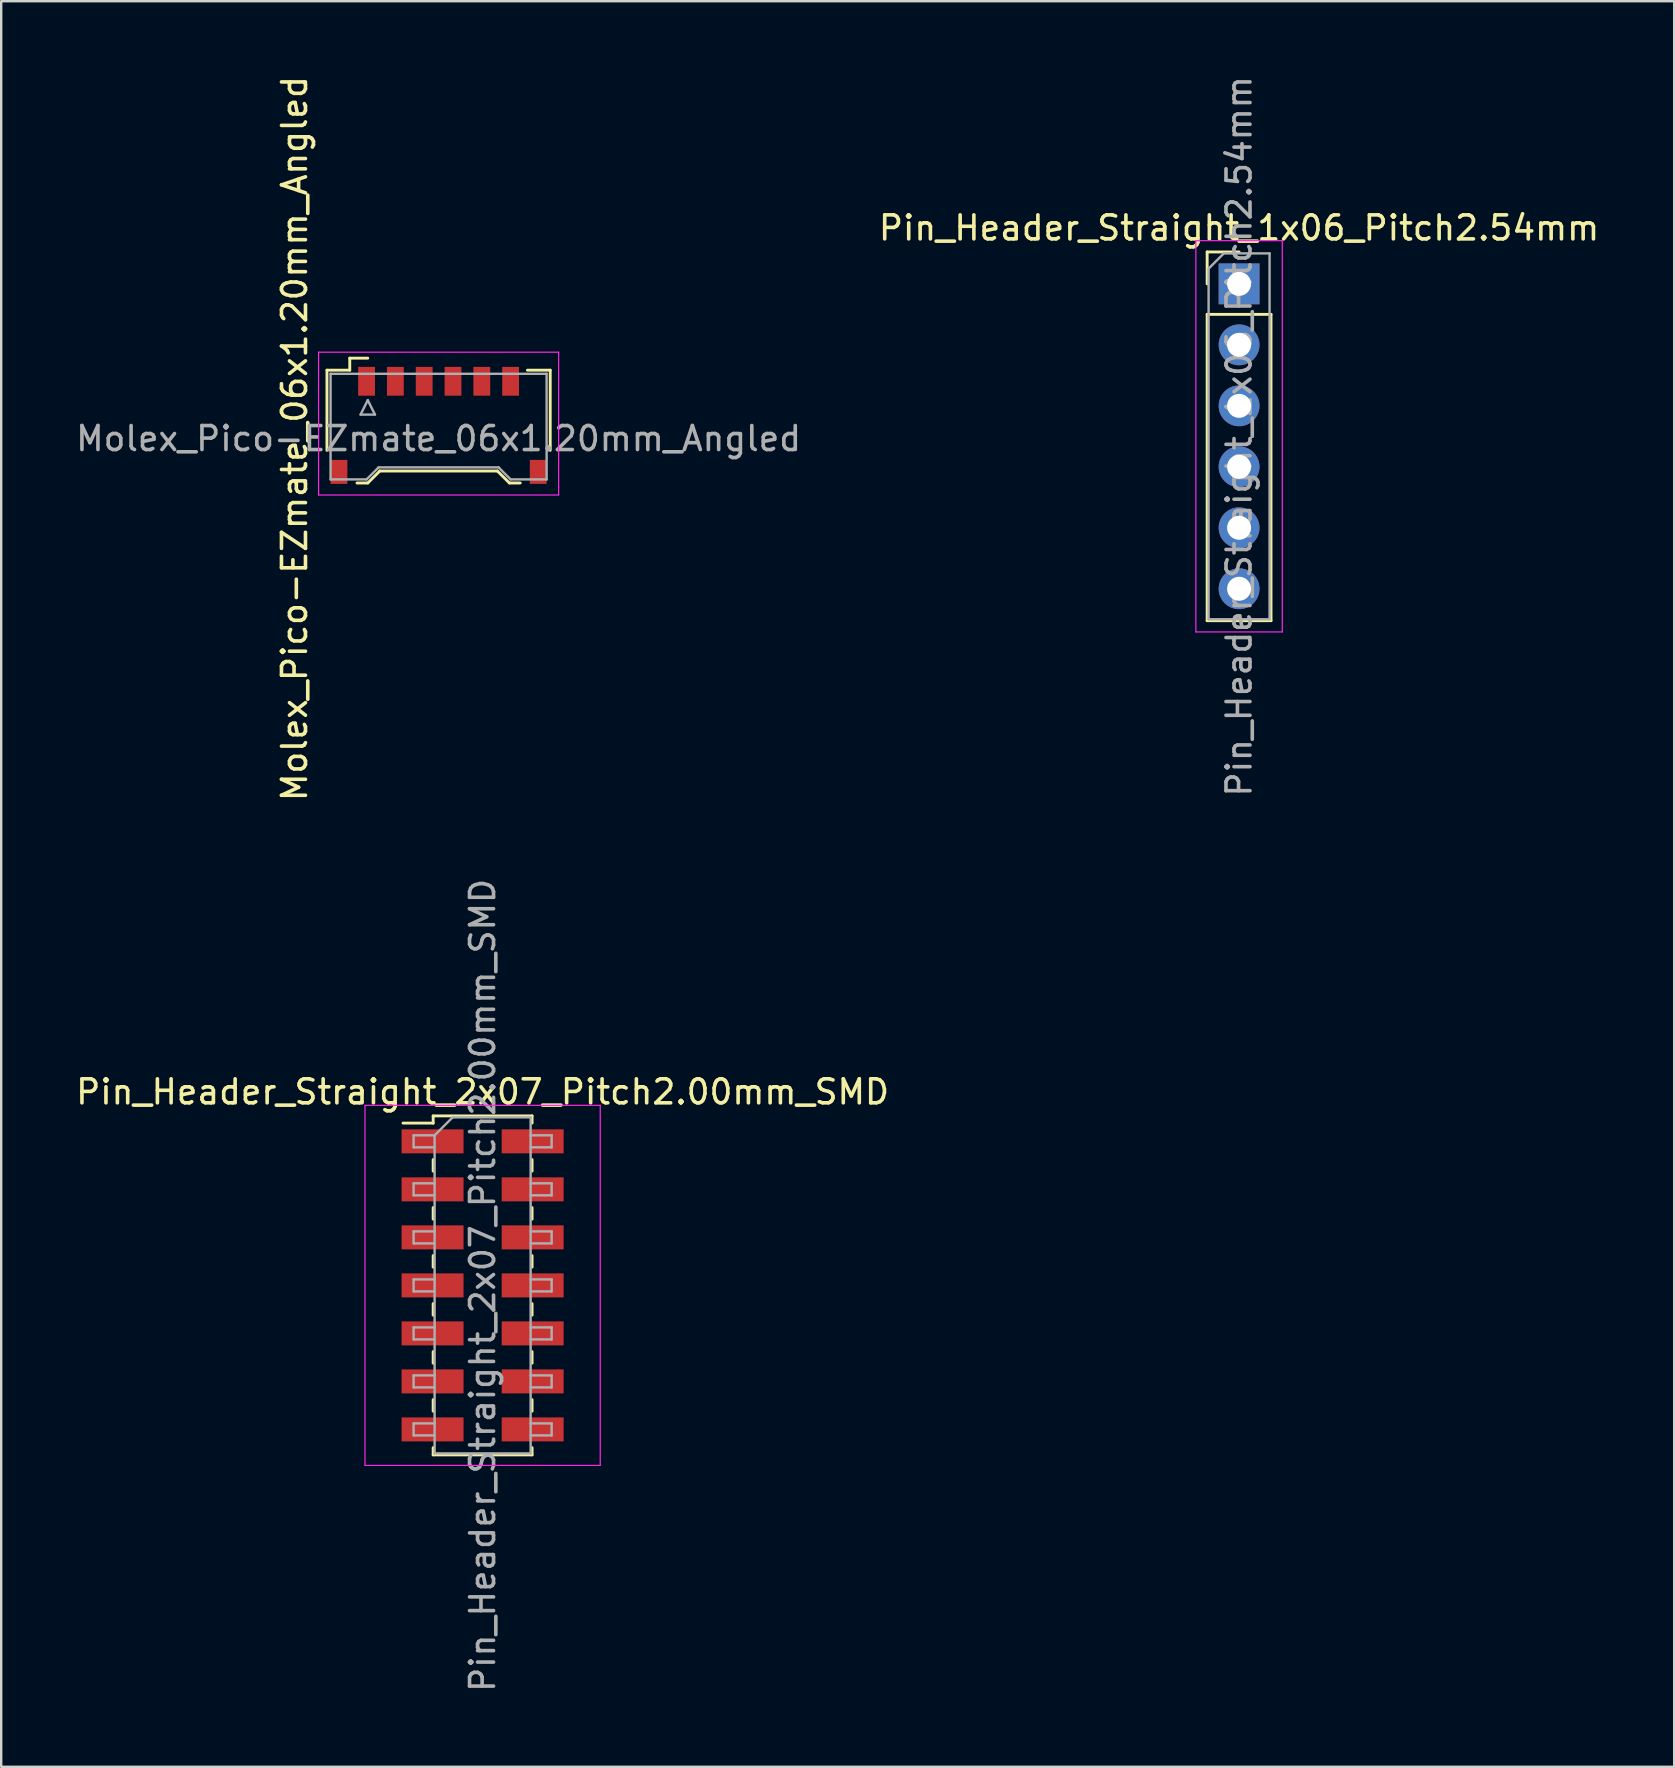
<source format=kicad_pcb>
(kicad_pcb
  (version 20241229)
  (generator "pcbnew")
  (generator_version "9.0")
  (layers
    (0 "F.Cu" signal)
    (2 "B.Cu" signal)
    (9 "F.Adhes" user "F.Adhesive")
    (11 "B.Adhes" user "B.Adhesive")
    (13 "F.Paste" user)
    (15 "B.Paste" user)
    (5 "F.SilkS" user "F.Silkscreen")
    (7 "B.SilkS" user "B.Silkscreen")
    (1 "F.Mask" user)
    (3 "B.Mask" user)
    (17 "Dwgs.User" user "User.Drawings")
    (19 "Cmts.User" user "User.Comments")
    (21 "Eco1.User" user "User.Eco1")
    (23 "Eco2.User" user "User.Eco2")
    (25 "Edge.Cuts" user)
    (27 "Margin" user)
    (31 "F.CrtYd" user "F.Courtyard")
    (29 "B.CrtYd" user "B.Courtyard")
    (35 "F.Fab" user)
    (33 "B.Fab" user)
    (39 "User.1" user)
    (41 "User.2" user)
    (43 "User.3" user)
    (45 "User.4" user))
  (footprint "Pin_Header_Straight_1x06_Pitch2.54mm"
    (layer "F.Cu")
    (at 48.565 8.775)
    (property "Reference" "Pin_Header_Straight_1x06_Pitch2.54mm" (at 0 -2.33 0) (layer "F.SilkS") (effects (font (size 1 1) (thickness 0.15))))
    (attr through_hole)
    (fp_line (start -1.33 -1.33) (end 0 -1.33) (stroke (width 0.12) (type solid)) (layer "F.SilkS"))
    (fp_line (start -1.33 0) (end -1.33 -1.33) (stroke (width 0.12) (type solid)) (layer "F.SilkS"))
    (fp_line (start -1.33 1.27) (end -1.33 14.03) (stroke (width 0.12) (type solid)) (layer "F.SilkS"))
    (fp_line (start -1.33 1.27) (end 1.33 1.27) (stroke (width 0.12) (type solid)) (layer "F.SilkS"))
    (fp_line (start -1.33 14.03) (end 1.33 14.03) (stroke (width 0.12) (type solid)) (layer "F.SilkS"))
    (fp_line (start 1.33 1.27) (end 1.33 14.03) (stroke (width 0.12) (type solid)) (layer "F.SilkS"))
    (fp_line (start -1.8 -1.8) (end -1.8 14.5) (stroke (width 0.05) (type solid)) (layer "F.CrtYd"))
    (fp_line (start -1.8 14.5) (end 1.8 14.5) (stroke (width 0.05) (type solid)) (layer "F.CrtYd"))
    (fp_line (start 1.8 -1.8) (end -1.8 -1.8) (stroke (width 0.05) (type solid)) (layer "F.CrtYd"))
    (fp_line (start 1.8 14.5) (end 1.8 -1.8) (stroke (width 0.05) (type solid)) (layer "F.CrtYd"))
    (fp_line (start -1.27 -0.635) (end -0.635 -1.27) (stroke (width 0.1) (type solid)) (layer "F.Fab"))
    (fp_line (start -1.27 13.97) (end -1.27 -0.635) (stroke (width 0.1) (type solid)) (layer "F.Fab"))
    (fp_line (start -0.635 -1.27) (end 1.27 -1.27) (stroke (width 0.1) (type solid)) (layer "F.Fab"))
    (fp_line (start 1.27 -1.27) (end 1.27 13.97) (stroke (width 0.1) (type solid)) (layer "F.Fab"))
    (fp_line (start 1.27 13.97) (end -1.27 13.97) (stroke (width 0.1) (type solid)) (layer "F.Fab"))
    (fp_text user "${REFERENCE}" (at 0 6.35 90) (layer "F.Fab") (effects (font (size 1 1) (thickness 0.15))))
    (pad "1" thru_hole rect (at 0 0) (size 1.7 1.7) (drill 1) (layers "*.Cu" "*.Mask"))
    (pad "2" thru_hole oval (at 0 2.54) (size 1.7 1.7) (drill 1) (layers "*.Cu" "*.Mask"))
    (pad "3" thru_hole oval (at 0 5.08) (size 1.7 1.7) (drill 1) (layers "*.Cu" "*.Mask"))
    (pad "4" thru_hole oval (at 0 7.62) (size 1.7 1.7) (drill 1) (layers "*.Cu" "*.Mask"))
    (pad "5" thru_hole oval (at 0 10.16) (size 1.7 1.7) (drill 1) (layers "*.Cu" "*.Mask"))
    (pad "6" thru_hole oval (at 0 12.7) (size 1.7 1.7) (drill 1) (layers "*.Cu" "*.Mask")))
  (footprint "Molex_Pico-EZmate_06x1.20mm_Angled"
    (layer "F.Cu")
    (at 15.22 14.72)
    (property "Reference" "Molex_Pico-EZmate_06x1.20mm_Angled" (at -6 0.5 270) (layer "F.SilkS") (effects (font (size 1 1) (thickness 0.15))))
    (attr smd)
    (fp_line (start -4.65 -2.35) (end -4.65 0.988) (stroke (width 0.12) (type solid)) (layer "F.SilkS"))
    (fp_line (start -3.7 -2.85) (end -2.95 -2.85) (stroke (width 0.12) (type solid)) (layer "F.SilkS"))
    (fp_line (start -3.7 -2.35) (end -4.65 -2.35) (stroke (width 0.12) (type solid)) (layer "F.SilkS"))
    (fp_line (start -3.7 -2.35) (end -3.7 -2.85) (stroke (width 0.12) (type solid)) (layer "F.SilkS"))
    (fp_line (start -3.4 2.35) (end -2.95 2.35) (stroke (width 0.12) (type solid)) (layer "F.SilkS"))
    (fp_line (start -2.95 2.35) (end -2.45 1.85) (stroke (width 0.12) (type solid)) (layer "F.SilkS"))
    (fp_line (start -2.45 1.85) (end 2.45 1.85) (stroke (width 0.12) (type solid)) (layer "F.SilkS"))
    (fp_line (start 2.45 1.85) (end 2.95 2.35) (stroke (width 0.12) (type solid)) (layer "F.SilkS"))
    (fp_line (start 2.95 2.35) (end 3.4 2.35) (stroke (width 0.12) (type solid)) (layer "F.SilkS"))
    (fp_line (start 3.7 -2.35) (end 4.65 -2.35) (stroke (width 0.12) (type solid)) (layer "F.SilkS"))
    (fp_line (start 4.65 -2.35) (end 4.65 0.988) (stroke (width 0.12) (type solid)) (layer "F.SilkS"))
    (fp_line (start -5 -3.1) (end -5 2.85) (stroke (width 0.05) (type solid)) (layer "F.CrtYd"))
    (fp_line (start -5 2.85) (end 5 2.85) (stroke (width 0.05) (type solid)) (layer "F.CrtYd"))
    (fp_line (start 5 -3.1) (end -5 -3.1) (stroke (width 0.05) (type solid)) (layer "F.CrtYd"))
    (fp_line (start 5 2.85) (end 5 -3.1) (stroke (width 0.05) (type solid)) (layer "F.CrtYd"))
    (fp_line (start -4.5 -2.2) (end -4.5 2.2) (stroke (width 0.1) (type solid)) (layer "F.Fab"))
    (fp_line (start -4.5 2.2) (end -3 2.2) (stroke (width 0.1) (type solid)) (layer "F.Fab"))
    (fp_line (start -3.25 -0.5) (end -2.65 -0.5) (stroke (width 0.1) (type solid)) (layer "F.Fab"))
    (fp_line (start -3 2.2) (end -2.5 1.7) (stroke (width 0.1) (type solid)) (layer "F.Fab"))
    (fp_line (start -2.95 -1.1) (end -3.25 -0.5) (stroke (width 0.1) (type solid)) (layer "F.Fab"))
    (fp_line (start -2.65 -0.5) (end -2.95 -1.1) (stroke (width 0.1) (type solid)) (layer "F.Fab"))
    (fp_line (start -2.5 1.7) (end 2.5 1.7) (stroke (width 0.1) (type solid)) (layer "F.Fab"))
    (fp_line (start 2.5 1.7) (end 3 2.2) (stroke (width 0.1) (type solid)) (layer "F.Fab"))
    (fp_line (start 3 2.2) (end 4.5 2.2) (stroke (width 0.1) (type solid)) (layer "F.Fab"))
    (fp_line (start 4.5 -2.2) (end -4.5 -2.2) (stroke (width 0.1) (type solid)) (layer "F.Fab"))
    (fp_line (start 4.5 2.2) (end 4.5 -2.2) (stroke (width 0.1) (type solid)) (layer "F.Fab"))
    (fp_text user "${REFERENCE}" (at 0 0.5 0) (layer "F.Fab") (effects (font (size 1 1) (thickness 0.15))))
    (pad "" smd rect (at -4.15 1.887) (size 0.7 1) (layers "F.Cu" "F.Mask" "F.Paste"))
    (pad "" smd rect (at 4.15 1.887) (size 0.7 1) (layers "F.Cu" "F.Mask" "F.Paste"))
    (pad "1" smd rect (at -3 -1.887) (size 0.7 1.2) (layers "F.Cu" "F.Mask" "F.Paste"))
    (pad "2" smd rect (at -1.8 -1.887) (size 0.7 1.2) (layers "F.Cu" "F.Mask" "F.Paste"))
    (pad "3" smd rect (at -0.6 -1.887) (size 0.7 1.2) (layers "F.Cu" "F.Mask" "F.Paste"))
    (pad "4" smd rect (at 0.6 -1.887) (size 0.7 1.2) (layers "F.Cu" "F.Mask" "F.Paste"))
    (pad "5" smd rect (at 1.8 -1.887) (size 0.7 1.2) (layers "F.Cu" "F.Mask" "F.Paste"))
    (pad "6" smd rect (at 3 -1.887) (size 0.7 1.2) (layers "F.Cu" "F.Mask" "F.Paste")))
  (footprint "Pin_Header_Straight_2x07_Pitch2.00mm_SMD"
    (layer "F.Cu")
    (at 17.054 50.494)
    (property "Reference" "Pin_Header_Straight_2x07_Pitch2.00mm_SMD" (at 0 -8.06 0) (layer "F.SilkS") (effects (font (size 1 1) (thickness 0.15))))
    (attr smd)
    (fp_line (start -3.315 -6.76) (end -2.06 -6.76) (stroke (width 0.12) (type solid)) (layer "F.SilkS"))
    (fp_line (start -2.06 -7.06) (end -2.06 -6.76) (stroke (width 0.12) (type solid)) (layer "F.SilkS"))
    (fp_line (start -2.06 -7.06) (end 2.06 -7.06) (stroke (width 0.12) (type solid)) (layer "F.SilkS"))
    (fp_line (start -2.06 -5.24) (end -2.06 -4.76) (stroke (width 0.12) (type solid)) (layer "F.SilkS"))
    (fp_line (start -2.06 -3.24) (end -2.06 -2.76) (stroke (width 0.12) (type solid)) (layer "F.SilkS"))
    (fp_line (start -2.06 -1.24) (end -2.06 -0.76) (stroke (width 0.12) (type solid)) (layer "F.SilkS"))
    (fp_line (start -2.06 0.76) (end -2.06 1.24) (stroke (width 0.12) (type solid)) (layer "F.SilkS"))
    (fp_line (start -2.06 2.76) (end -2.06 3.24) (stroke (width 0.12) (type solid)) (layer "F.SilkS"))
    (fp_line (start -2.06 4.76) (end -2.06 5.24) (stroke (width 0.12) (type solid)) (layer "F.SilkS"))
    (fp_line (start -2.06 6.76) (end -2.06 7.06) (stroke (width 0.12) (type solid)) (layer "F.SilkS"))
    (fp_line (start -2.06 7.06) (end 2.06 7.06) (stroke (width 0.12) (type solid)) (layer "F.SilkS"))
    (fp_line (start 2.06 -7.06) (end 2.06 -6.76) (stroke (width 0.12) (type solid)) (layer "F.SilkS"))
    (fp_line (start 2.06 -5.24) (end 2.06 -4.76) (stroke (width 0.12) (type solid)) (layer "F.SilkS"))
    (fp_line (start 2.06 -3.24) (end 2.06 -2.76) (stroke (width 0.12) (type solid)) (layer "F.SilkS"))
    (fp_line (start 2.06 -1.24) (end 2.06 -0.76) (stroke (width 0.12) (type solid)) (layer "F.SilkS"))
    (fp_line (start 2.06 0.76) (end 2.06 1.24) (stroke (width 0.12) (type solid)) (layer "F.SilkS"))
    (fp_line (start 2.06 2.76) (end 2.06 3.24) (stroke (width 0.12) (type solid)) (layer "F.SilkS"))
    (fp_line (start 2.06 4.76) (end 2.06 5.24) (stroke (width 0.12) (type solid)) (layer "F.SilkS"))
    (fp_line (start 2.06 6.76) (end 2.06 7.06) (stroke (width 0.12) (type solid)) (layer "F.SilkS"))
    (fp_line (start -4.9 -7.5) (end -4.9 7.5) (stroke (width 0.05) (type solid)) (layer "F.CrtYd"))
    (fp_line (start -4.9 7.5) (end 4.9 7.5) (stroke (width 0.05) (type solid)) (layer "F.CrtYd"))
    (fp_line (start 4.9 -7.5) (end -4.9 -7.5) (stroke (width 0.05) (type solid)) (layer "F.CrtYd"))
    (fp_line (start 4.9 7.5) (end 4.9 -7.5) (stroke (width 0.05) (type solid)) (layer "F.CrtYd"))
    (fp_line (start -2.875 -6.25) (end -2.875 -5.75) (stroke (width 0.1) (type solid)) (layer "F.Fab"))
    (fp_line (start -2.875 -5.75) (end -2 -5.75) (stroke (width 0.1) (type solid)) (layer "F.Fab"))
    (fp_line (start -2.875 -4.25) (end -2.875 -3.75) (stroke (width 0.1) (type solid)) (layer "F.Fab"))
    (fp_line (start -2.875 -3.75) (end -2 -3.75) (stroke (width 0.1) (type solid)) (layer "F.Fab"))
    (fp_line (start -2.875 -2.25) (end -2.875 -1.75) (stroke (width 0.1) (type solid)) (layer "F.Fab"))
    (fp_line (start -2.875 -1.75) (end -2 -1.75) (stroke (width 0.1) (type solid)) (layer "F.Fab"))
    (fp_line (start -2.875 -0.25) (end -2.875 0.25) (stroke (width 0.1) (type solid)) (layer "F.Fab"))
    (fp_line (start -2.875 0.25) (end -2 0.25) (stroke (width 0.1) (type solid)) (layer "F.Fab"))
    (fp_line (start -2.875 1.75) (end -2.875 2.25) (stroke (width 0.1) (type solid)) (layer "F.Fab"))
    (fp_line (start -2.875 2.25) (end -2 2.25) (stroke (width 0.1) (type solid)) (layer "F.Fab"))
    (fp_line (start -2.875 3.75) (end -2.875 4.25) (stroke (width 0.1) (type solid)) (layer "F.Fab"))
    (fp_line (start -2.875 4.25) (end -2 4.25) (stroke (width 0.1) (type solid)) (layer "F.Fab"))
    (fp_line (start -2.875 5.75) (end -2.875 6.25) (stroke (width 0.1) (type solid)) (layer "F.Fab"))
    (fp_line (start -2.875 6.25) (end -2 6.25) (stroke (width 0.1) (type solid)) (layer "F.Fab"))
    (fp_line (start -2 -6.25) (end -2.875 -6.25) (stroke (width 0.1) (type solid)) (layer "F.Fab"))
    (fp_line (start -2 -6.25) (end -1.25 -7) (stroke (width 0.1) (type solid)) (layer "F.Fab"))
    (fp_line (start -2 -4.25) (end -2.875 -4.25) (stroke (width 0.1) (type solid)) (layer "F.Fab"))
    (fp_line (start -2 -2.25) (end -2.875 -2.25) (stroke (width 0.1) (type solid)) (layer "F.Fab"))
    (fp_line (start -2 -0.25) (end -2.875 -0.25) (stroke (width 0.1) (type solid)) (layer "F.Fab"))
    (fp_line (start -2 1.75) (end -2.875 1.75) (stroke (width 0.1) (type solid)) (layer "F.Fab"))
    (fp_line (start -2 3.75) (end -2.875 3.75) (stroke (width 0.1) (type solid)) (layer "F.Fab"))
    (fp_line (start -2 5.75) (end -2.875 5.75) (stroke (width 0.1) (type solid)) (layer "F.Fab"))
    (fp_line (start -2 7) (end -2 -6.25) (stroke (width 0.1) (type solid)) (layer "F.Fab"))
    (fp_line (start -1.25 -7) (end 2 -7) (stroke (width 0.1) (type solid)) (layer "F.Fab"))
    (fp_line (start 2 -7) (end 2 7) (stroke (width 0.1) (type solid)) (layer "F.Fab"))
    (fp_line (start 2 -6.25) (end 2.875 -6.25) (stroke (width 0.1) (type solid)) (layer "F.Fab"))
    (fp_line (start 2 -4.25) (end 2.875 -4.25) (stroke (width 0.1) (type solid)) (layer "F.Fab"))
    (fp_line (start 2 -2.25) (end 2.875 -2.25) (stroke (width 0.1) (type solid)) (layer "F.Fab"))
    (fp_line (start 2 -0.25) (end 2.875 -0.25) (stroke (width 0.1) (type solid)) (layer "F.Fab"))
    (fp_line (start 2 1.75) (end 2.875 1.75) (stroke (width 0.1) (type solid)) (layer "F.Fab"))
    (fp_line (start 2 3.75) (end 2.875 3.75) (stroke (width 0.1) (type solid)) (layer "F.Fab"))
    (fp_line (start 2 5.75) (end 2.875 5.75) (stroke (width 0.1) (type solid)) (layer "F.Fab"))
    (fp_line (start 2 7) (end -2 7) (stroke (width 0.1) (type solid)) (layer "F.Fab"))
    (fp_line (start 2.875 -6.25) (end 2.875 -5.75) (stroke (width 0.1) (type solid)) (layer "F.Fab"))
    (fp_line (start 2.875 -5.75) (end 2 -5.75) (stroke (width 0.1) (type solid)) (layer "F.Fab"))
    (fp_line (start 2.875 -4.25) (end 2.875 -3.75) (stroke (width 0.1) (type solid)) (layer "F.Fab"))
    (fp_line (start 2.875 -3.75) (end 2 -3.75) (stroke (width 0.1) (type solid)) (layer "F.Fab"))
    (fp_line (start 2.875 -2.25) (end 2.875 -1.75) (stroke (width 0.1) (type solid)) (layer "F.Fab"))
    (fp_line (start 2.875 -1.75) (end 2 -1.75) (stroke (width 0.1) (type solid)) (layer "F.Fab"))
    (fp_line (start 2.875 -0.25) (end 2.875 0.25) (stroke (width 0.1) (type solid)) (layer "F.Fab"))
    (fp_line (start 2.875 0.25) (end 2 0.25) (stroke (width 0.1) (type solid)) (layer "F.Fab"))
    (fp_line (start 2.875 1.75) (end 2.875 2.25) (stroke (width 0.1) (type solid)) (layer "F.Fab"))
    (fp_line (start 2.875 2.25) (end 2 2.25) (stroke (width 0.1) (type solid)) (layer "F.Fab"))
    (fp_line (start 2.875 3.75) (end 2.875 4.25) (stroke (width 0.1) (type solid)) (layer "F.Fab"))
    (fp_line (start 2.875 4.25) (end 2 4.25) (stroke (width 0.1) (type solid)) (layer "F.Fab"))
    (fp_line (start 2.875 5.75) (end 2.875 6.25) (stroke (width 0.1) (type solid)) (layer "F.Fab"))
    (fp_line (start 2.875 6.25) (end 2 6.25) (stroke (width 0.1) (type solid)) (layer "F.Fab"))
    (fp_text user "${REFERENCE}" (at 0 0 90) (layer "F.Fab") (effects (font (size 1 1) (thickness 0.15))))
    (pad "1" smd rect (at -2.085 -6) (size 2.58 1) (layers "F.Cu" "F.Mask" "F.Paste"))
    (pad "2" smd rect (at 2.085 -6) (size 2.58 1) (layers "F.Cu" "F.Mask" "F.Paste"))
    (pad "3" smd rect (at -2.085 -4) (size 2.58 1) (layers "F.Cu" "F.Mask" "F.Paste"))
    (pad "4" smd rect (at 2.085 -4) (size 2.58 1) (layers "F.Cu" "F.Mask" "F.Paste"))
    (pad "5" smd rect (at -2.085 -2) (size 2.58 1) (layers "F.Cu" "F.Mask" "F.Paste"))
    (pad "6" smd rect (at 2.085 -2) (size 2.58 1) (layers "F.Cu" "F.Mask" "F.Paste"))
    (pad "7" smd rect (at -2.085 0) (size 2.58 1) (layers "F.Cu" "F.Mask" "F.Paste"))
    (pad "8" smd rect (at 2.085 0) (size 2.58 1) (layers "F.Cu" "F.Mask" "F.Paste"))
    (pad "9" smd rect (at -2.085 2) (size 2.58 1) (layers "F.Cu" "F.Mask" "F.Paste"))
    (pad "10" smd rect (at 2.085 2) (size 2.58 1) (layers "F.Cu" "F.Mask" "F.Paste"))
    (pad "11" smd rect (at -2.085 4) (size 2.58 1) (layers "F.Cu" "F.Mask" "F.Paste"))
    (pad "12" smd rect (at 2.085 4) (size 2.58 1) (layers "F.Cu" "F.Mask" "F.Paste"))
    (pad "13" smd rect (at -2.085 6) (size 2.58 1) (layers "F.Cu" "F.Mask" "F.Paste"))
    (pad "14" smd rect (at 2.085 6) (size 2.58 1) (layers "F.Cu" "F.Mask" "F.Paste")))
  (gr_rect
    (start -3 -3)
    (end 66.69 70.548)
    (stroke (width 0.1) (type default))
    (fill no)
    (layer "Edge.Cuts")))
</source>
